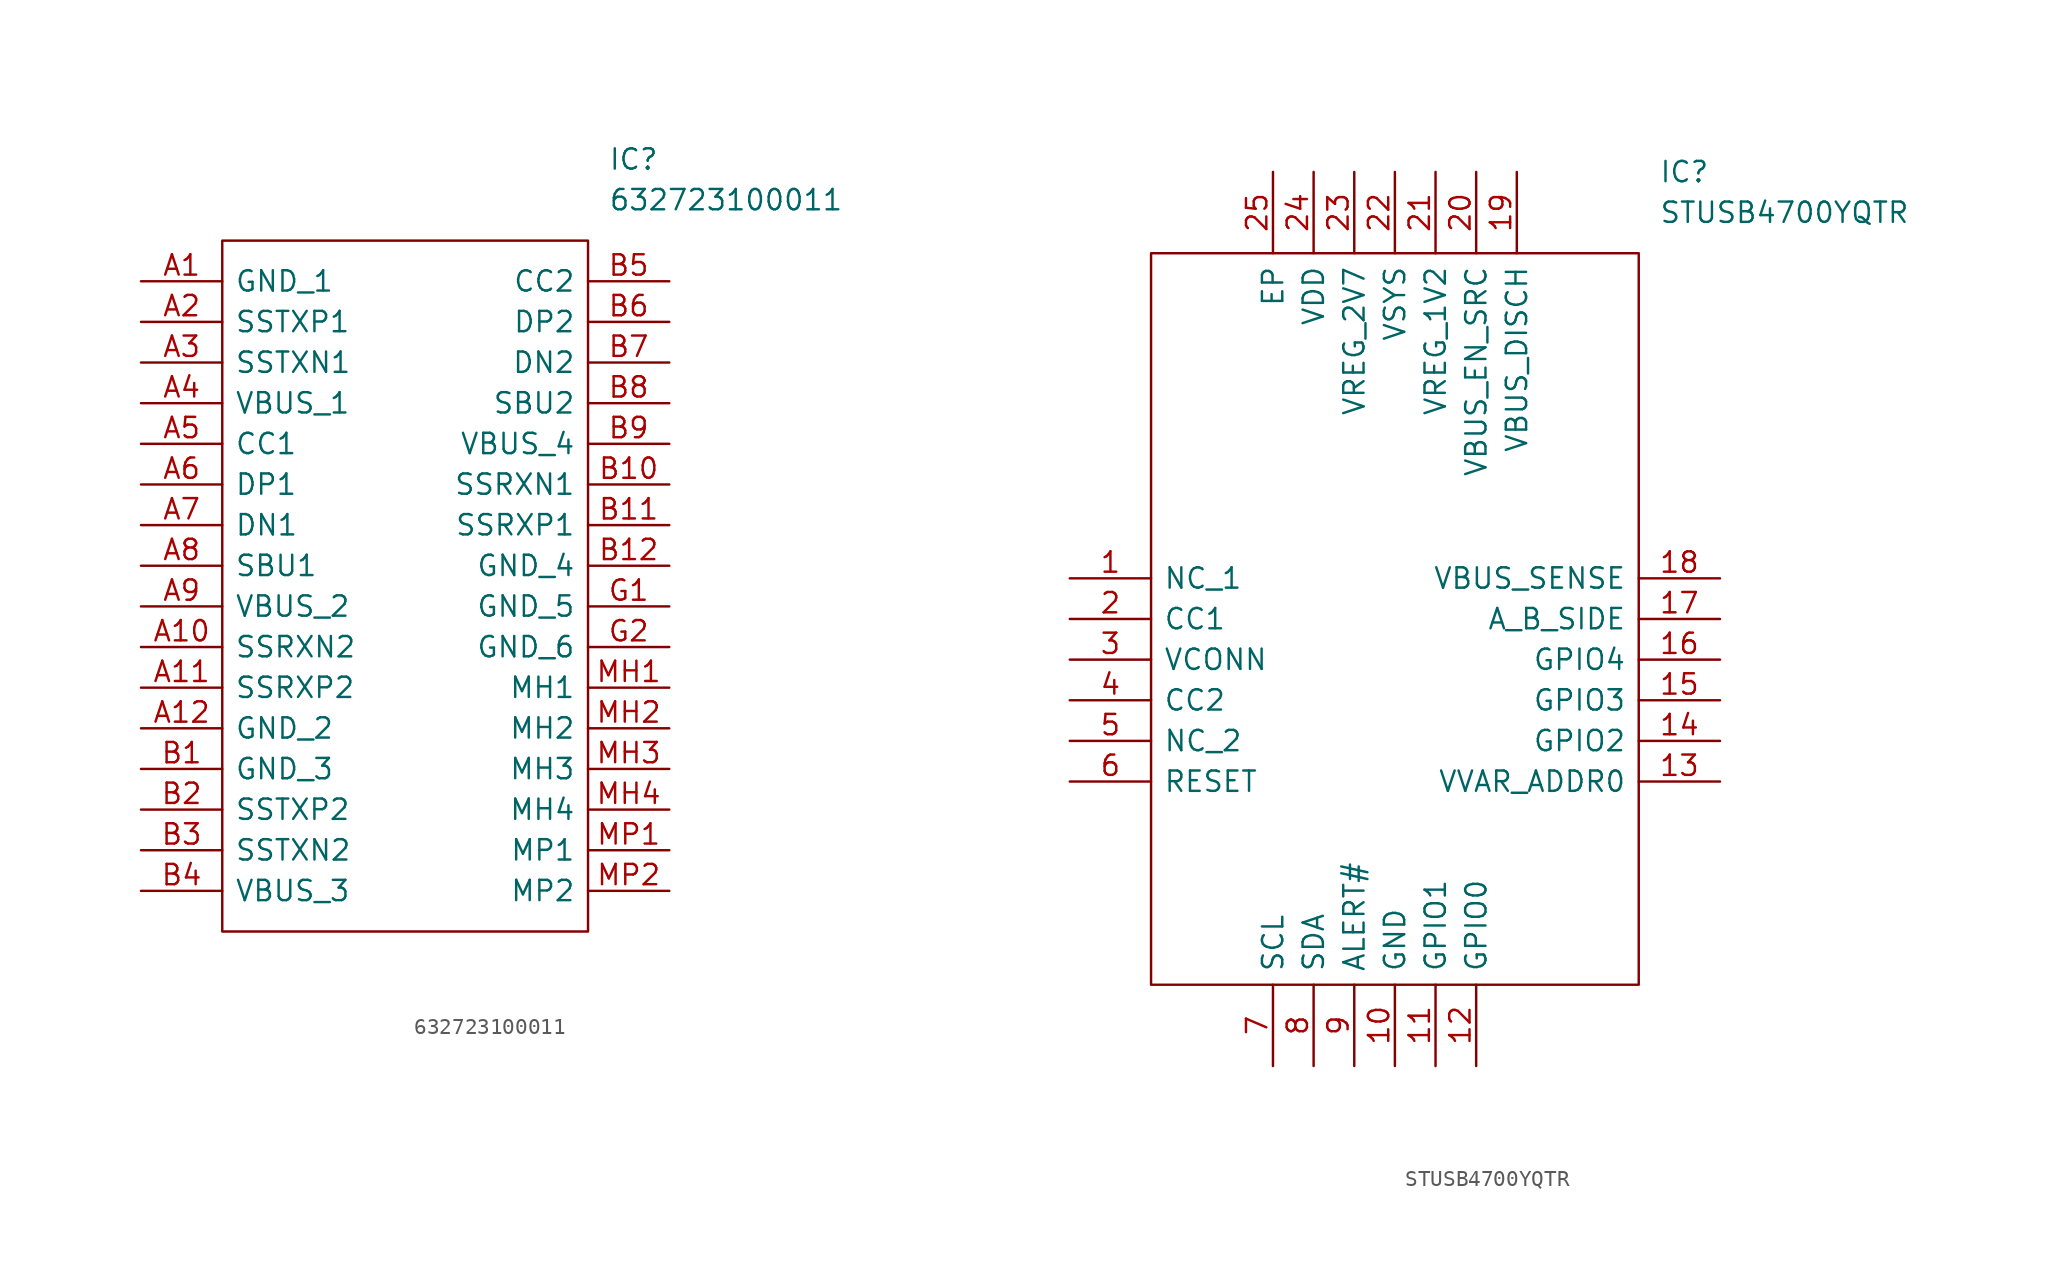
<source format=kicad_sym>
(kicad_symbol_lib
  (version 20231120)
  (generator "kicad_symbol_editor")
  (generator_version "8.0")
  (symbol "632723100011"
    (pin_names
      (offset 0.762))
    (property "Reference" "IC"
      (at 29.21 7.62 0)
      (effects (font (size 1.27 1.27)) (justify left)))
    (property "Value" "632723100011"
      (at 29.21 5.08 0)
      (effects (font (size 1.27 1.27)) (justify left)))
    (symbol "632723100011_0_0"
      (pin passive line (at 0 0 0) (length 5.08) (name "GND_1" (effects (font (size 1.27 1.27)))) (number "A1" (effects (font (size 1.27 1.27)))))
      (pin passive line (at 0 -22.86 0) (length 5.08) (name "SSRXN2" (effects (font (size 1.27 1.27)))) (number "A10" (effects (font (size 1.27 1.27)))))
      (pin passive line (at 0 -25.4 0) (length 5.08) (name "SSRXP2" (effects (font (size 1.27 1.27)))) (number "A11" (effects (font (size 1.27 1.27)))))
      (pin passive line (at 0 -27.94 0) (length 5.08) (name "GND_2" (effects (font (size 1.27 1.27)))) (number "A12" (effects (font (size 1.27 1.27)))))
      (pin passive line (at 0 -2.54 0) (length 5.08) (name "SSTXP1" (effects (font (size 1.27 1.27)))) (number "A2" (effects (font (size 1.27 1.27)))))
      (pin passive line (at 0 -5.08 0) (length 5.08) (name "SSTXN1" (effects (font (size 1.27 1.27)))) (number "A3" (effects (font (size 1.27 1.27)))))
      (pin passive line (at 0 -7.62 0) (length 5.08) (name "VBUS_1" (effects (font (size 1.27 1.27)))) (number "A4" (effects (font (size 1.27 1.27)))))
      (pin passive line (at 0 -10.16 0) (length 5.08) (name "CC1" (effects (font (size 1.27 1.27)))) (number "A5" (effects (font (size 1.27 1.27)))))
      (pin passive line (at 0 -12.7 0) (length 5.08) (name "DP1" (effects (font (size 1.27 1.27)))) (number "A6" (effects (font (size 1.27 1.27)))))
      (pin passive line (at 0 -15.24 0) (length 5.08) (name "DN1" (effects (font (size 1.27 1.27)))) (number "A7" (effects (font (size 1.27 1.27)))))
      (pin passive line (at 0 -17.78 0) (length 5.08) (name "SBU1" (effects (font (size 1.27 1.27)))) (number "A8" (effects (font (size 1.27 1.27)))))
      (pin passive line (at 0 -20.32 0) (length 5.08) (name "VBUS_2" (effects (font (size 1.27 1.27)))) (number "A9" (effects (font (size 1.27 1.27)))))
      (pin passive line (at 0 -30.48 0) (length 5.08) (name "GND_3" (effects (font (size 1.27 1.27)))) (number "B1" (effects (font (size 1.27 1.27)))))
      (pin passive line (at 33.02 -12.7 180) (length 5.08) (name "SSRXN1" (effects (font (size 1.27 1.27)))) (number "B10" (effects (font (size 1.27 1.27)))))
      (pin passive line (at 33.02 -15.24 180) (length 5.08) (name "SSRXP1" (effects (font (size 1.27 1.27)))) (number "B11" (effects (font (size 1.27 1.27)))))
      (pin passive line (at 33.02 -17.78 180) (length 5.08) (name "GND_4" (effects (font (size 1.27 1.27)))) (number "B12" (effects (font (size 1.27 1.27)))))
      (pin passive line (at 0 -33.02 0) (length 5.08) (name "SSTXP2" (effects (font (size 1.27 1.27)))) (number "B2" (effects (font (size 1.27 1.27)))))
      (pin passive line (at 0 -35.56 0) (length 5.08) (name "SSTXN2" (effects (font (size 1.27 1.27)))) (number "B3" (effects (font (size 1.27 1.27)))))
      (pin passive line (at 0 -38.1 0) (length 5.08) (name "VBUS_3" (effects (font (size 1.27 1.27)))) (number "B4" (effects (font (size 1.27 1.27)))))
      (pin passive line (at 33.02 0 180) (length 5.08) (name "CC2" (effects (font (size 1.27 1.27)))) (number "B5" (effects (font (size 1.27 1.27)))))
      (pin passive line (at 33.02 -2.54 180) (length 5.08) (name "DP2" (effects (font (size 1.27 1.27)))) (number "B6" (effects (font (size 1.27 1.27)))))
      (pin passive line (at 33.02 -5.08 180) (length 5.08) (name "DN2" (effects (font (size 1.27 1.27)))) (number "B7" (effects (font (size 1.27 1.27)))))
      (pin passive line (at 33.02 -7.62 180) (length 5.08) (name "SBU2" (effects (font (size 1.27 1.27)))) (number "B8" (effects (font (size 1.27 1.27)))))
      (pin passive line (at 33.02 -10.16 180) (length 5.08) (name "VBUS_4" (effects (font (size 1.27 1.27)))) (number "B9" (effects (font (size 1.27 1.27)))))
      (pin passive line (at 33.02 -20.32 180) (length 5.08) (name "GND_5" (effects (font (size 1.27 1.27)))) (number "G1" (effects (font (size 1.27 1.27)))))
      (pin passive line (at 33.02 -22.86 180) (length 5.08) (name "GND_6" (effects (font (size 1.27 1.27)))) (number "G2" (effects (font (size 1.27 1.27)))))
      (pin passive line (at 33.02 -25.4 180) (length 5.08) (name "MH1" (effects (font (size 1.27 1.27)))) (number "MH1" (effects (font (size 1.27 1.27)))))
      (pin passive line (at 33.02 -27.94 180) (length 5.08) (name "MH2" (effects (font (size 1.27 1.27)))) (number "MH2" (effects (font (size 1.27 1.27)))))
      (pin passive line (at 33.02 -30.48 180) (length 5.08) (name "MH3" (effects (font (size 1.27 1.27)))) (number "MH3" (effects (font (size 1.27 1.27)))))
      (pin passive line (at 33.02 -33.02 180) (length 5.08) (name "MH4" (effects (font (size 1.27 1.27)))) (number "MH4" (effects (font (size 1.27 1.27)))))
      (pin passive line (at 33.02 -35.56 180) (length 5.08) (name "MP1" (effects (font (size 1.27 1.27)))) (number "MP1" (effects (font (size 1.27 1.27)))))
      (pin passive line (at 33.02 -38.1 180) (length 5.08) (name "MP2" (effects (font (size 1.27 1.27)))) (number "MP2" (effects (font (size 1.27 1.27))))))
    (symbol "632723100011_0_1"
      (polyline (pts (xy 5.08 2.54) (xy 27.94 2.54) (xy 27.94 -40.64) (xy 5.08 -40.64) (xy 5.08 2.54)) (stroke (width 0.152) (type solid)) (fill (type none)))))
  (symbol "STUSB4700YQTR"
    (pin_names
      (offset 0.762))
    (property "Reference" "IC"
      (at 36.83 25.4 0)
      (effects (font (size 1.27 1.27)) (justify left)))
    (property "Value" "STUSB4700YQTR"
      (at 36.83 22.86 0)
      (effects (font (size 1.27 1.27)) (justify left)))
    (symbol "STUSB4700YQTR_0_0"
      (pin passive line (at 0 0 0) (length 5.08) (name "NC_1" (effects (font (size 1.27 1.27)))) (number "1" (effects (font (size 1.27 1.27)))))
      (pin passive line (at 20.32 -30.48 90) (length 5.08) (name "GND" (effects (font (size 1.27 1.27)))) (number "10" (effects (font (size 1.27 1.27)))))
      (pin passive line (at 22.86 -30.48 90) (length 5.08) (name "GPIO1" (effects (font (size 1.27 1.27)))) (number "11" (effects (font (size 1.27 1.27)))))
      (pin passive line (at 25.4 -30.48 90) (length 5.08) (name "GPIO0" (effects (font (size 1.27 1.27)))) (number "12" (effects (font (size 1.27 1.27)))))
      (pin passive line (at 40.64 -12.7 180) (length 5.08) (name "VVAR_ADDR0" (effects (font (size 1.27 1.27)))) (number "13" (effects (font (size 1.27 1.27)))))
      (pin passive line (at 40.64 -10.16 180) (length 5.08) (name "GPIO2" (effects (font (size 1.27 1.27)))) (number "14" (effects (font (size 1.27 1.27)))))
      (pin passive line (at 40.64 -7.62 180) (length 5.08) (name "GPIO3" (effects (font (size 1.27 1.27)))) (number "15" (effects (font (size 1.27 1.27)))))
      (pin passive line (at 40.64 -5.08 180) (length 5.08) (name "GPIO4" (effects (font (size 1.27 1.27)))) (number "16" (effects (font (size 1.27 1.27)))))
      (pin passive line (at 40.64 -2.54 180) (length 5.08) (name "A_B_SIDE" (effects (font (size 1.27 1.27)))) (number "17" (effects (font (size 1.27 1.27)))))
      (pin passive line (at 40.64 0 180) (length 5.08) (name "VBUS_SENSE" (effects (font (size 1.27 1.27)))) (number "18" (effects (font (size 1.27 1.27)))))
      (pin passive line (at 27.94 25.4 270) (length 5.08) (name "VBUS_DISCH" (effects (font (size 1.27 1.27)))) (number "19" (effects (font (size 1.27 1.27)))))
      (pin passive line (at 0 -2.54 0) (length 5.08) (name "CC1" (effects (font (size 1.27 1.27)))) (number "2" (effects (font (size 1.27 1.27)))))
      (pin passive line (at 25.4 25.4 270) (length 5.08) (name "VBUS_EN_SRC" (effects (font (size 1.27 1.27)))) (number "20" (effects (font (size 1.27 1.27)))))
      (pin passive line (at 22.86 25.4 270) (length 5.08) (name "VREG_1V2" (effects (font (size 1.27 1.27)))) (number "21" (effects (font (size 1.27 1.27)))))
      (pin passive line (at 20.32 25.4 270) (length 5.08) (name "VSYS" (effects (font (size 1.27 1.27)))) (number "22" (effects (font (size 1.27 1.27)))))
      (pin passive line (at 17.78 25.4 270) (length 5.08) (name "VREG_2V7" (effects (font (size 1.27 1.27)))) (number "23" (effects (font (size 1.27 1.27)))))
      (pin passive line (at 15.24 25.4 270) (length 5.08) (name "VDD" (effects (font (size 1.27 1.27)))) (number "24" (effects (font (size 1.27 1.27)))))
      (pin passive line (at 12.7 25.4 270) (length 5.08) (name "EP" (effects (font (size 1.27 1.27)))) (number "25" (effects (font (size 1.27 1.27)))))
      (pin passive line (at 0 -5.08 0) (length 5.08) (name "VCONN" (effects (font (size 1.27 1.27)))) (number "3" (effects (font (size 1.27 1.27)))))
      (pin passive line (at 0 -7.62 0) (length 5.08) (name "CC2" (effects (font (size 1.27 1.27)))) (number "4" (effects (font (size 1.27 1.27)))))
      (pin passive line (at 0 -10.16 0) (length 5.08) (name "NC_2" (effects (font (size 1.27 1.27)))) (number "5" (effects (font (size 1.27 1.27)))))
      (pin passive line (at 0 -12.7 0) (length 5.08) (name "RESET" (effects (font (size 1.27 1.27)))) (number "6" (effects (font (size 1.27 1.27)))))
      (pin passive line (at 12.7 -30.48 90) (length 5.08) (name "SCL" (effects (font (size 1.27 1.27)))) (number "7" (effects (font (size 1.27 1.27)))))
      (pin passive line (at 15.24 -30.48 90) (length 5.08) (name "SDA" (effects (font (size 1.27 1.27)))) (number "8" (effects (font (size 1.27 1.27)))))
      (pin passive line (at 17.78 -30.48 90) (length 5.08) (name "ALERT#" (effects (font (size 1.27 1.27)))) (number "9" (effects (font (size 1.27 1.27))))))
    (symbol "STUSB4700YQTR_0_1"
      (polyline (pts (xy 5.08 20.32) (xy 35.56 20.32) (xy 35.56 -25.4) (xy 5.08 -25.4) (xy 5.08 20.32)) (stroke (width 0.152) (type solid)) (fill (type none))))))
</source>
